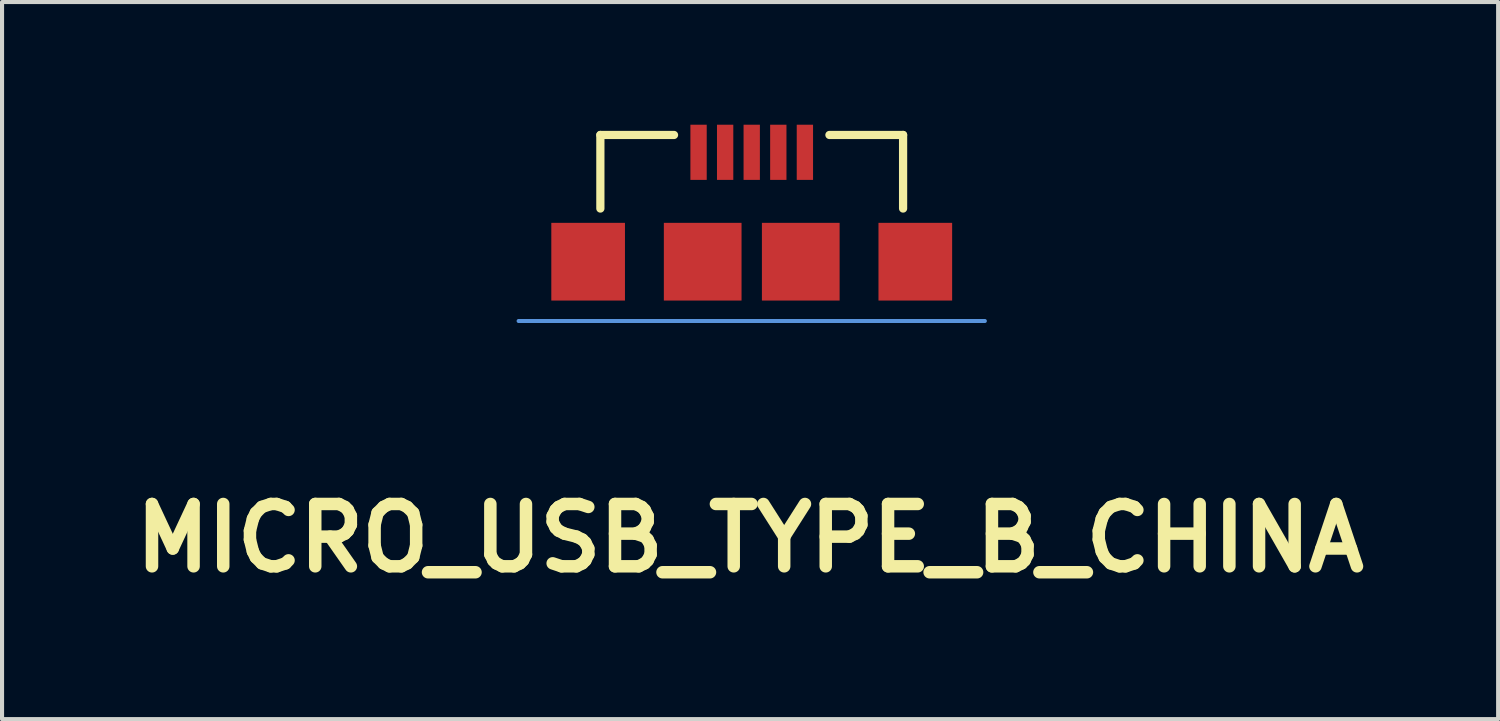
<source format=kicad_pcb>
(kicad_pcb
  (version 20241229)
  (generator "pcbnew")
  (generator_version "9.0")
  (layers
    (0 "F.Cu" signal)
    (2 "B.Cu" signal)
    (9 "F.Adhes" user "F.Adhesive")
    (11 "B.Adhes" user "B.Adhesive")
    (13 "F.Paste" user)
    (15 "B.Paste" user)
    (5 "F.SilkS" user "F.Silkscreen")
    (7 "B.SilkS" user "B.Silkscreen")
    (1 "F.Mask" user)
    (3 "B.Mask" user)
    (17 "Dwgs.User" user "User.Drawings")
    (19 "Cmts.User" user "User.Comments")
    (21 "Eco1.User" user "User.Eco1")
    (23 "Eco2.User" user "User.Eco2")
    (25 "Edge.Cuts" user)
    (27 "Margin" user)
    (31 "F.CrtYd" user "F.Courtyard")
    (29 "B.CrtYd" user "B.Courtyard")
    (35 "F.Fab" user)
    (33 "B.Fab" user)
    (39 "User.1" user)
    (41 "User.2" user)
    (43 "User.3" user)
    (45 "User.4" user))
  (footprint "MICRO_USB_TYPE_B_CHINA"
    (layer "F.Cu")
    (at 15.331 3.349)
    (property "Reference" "MICRO_USB_TYPE_B_CHINA" (at -0.041 6.759 0) (layer "F.SilkS") (effects (font (size 1.524 1.524) (thickness 0.305))))
    (attr smd)
    (fp_line (start -3.701 -3.099) (end -3.701 -1.3) (stroke (width 0.201) (type solid)) (layer "F.SilkS"))
    (fp_line (start -1.9 -3.099) (end -3.701 -3.099) (stroke (width 0.201) (type solid)) (layer "F.SilkS"))
    (fp_line (start 1.9 -3.099) (end 3.701 -3.099) (stroke (width 0.201) (type solid)) (layer "F.SilkS"))
    (fp_line (start 3.701 -3.099) (end 3.701 -1.3) (stroke (width 0.201) (type solid)) (layer "F.SilkS"))
    (fp_line (start 5.7 1.45) (end -5.7 1.45) (stroke (width 0.099) (type solid)) (layer "Cmts.User"))
    (pad "1" smd rect (at 1.3 -2.675) (size 0.399 1.349) (layers "F.Cu" "F.Mask" "F.Paste"))
    (pad "2" smd rect (at 0.65 -2.675) (size 0.399 1.349) (layers "F.Cu" "F.Mask" "F.Paste"))
    (pad "3" smd rect (at 0 -2.675) (size 0.399 1.349) (layers "F.Cu" "F.Mask" "F.Paste"))
    (pad "4" smd rect (at -0.65 -2.675) (size 0.399 1.349) (layers "F.Cu" "F.Mask" "F.Paste"))
    (pad "5" smd rect (at -1.3 -2.675) (size 0.399 1.349) (layers "F.Cu" "F.Mask" "F.Paste"))
    (pad "G1" smd rect (at -4 0) (size 1.801 1.9) (layers "F.Cu" "F.Mask" "F.Paste"))
    (pad "G2" smd rect (at -1.199 0) (size 1.9 1.9) (layers "F.Cu" "F.Mask" "F.Paste"))
    (pad "G3" smd rect (at 1.199 0) (size 1.9 1.9) (layers "F.Cu" "F.Mask" "F.Paste"))
    (pad "G4" smd rect (at 4 0) (size 1.801 1.9) (layers "F.Cu" "F.Mask" "F.Paste")))
  (gr_rect
    (start -3 -3)
    (end 33.582 14.534)
    (stroke (width 0.1) (type default))
    (fill no)
    (layer "Edge.Cuts")))
</source>
